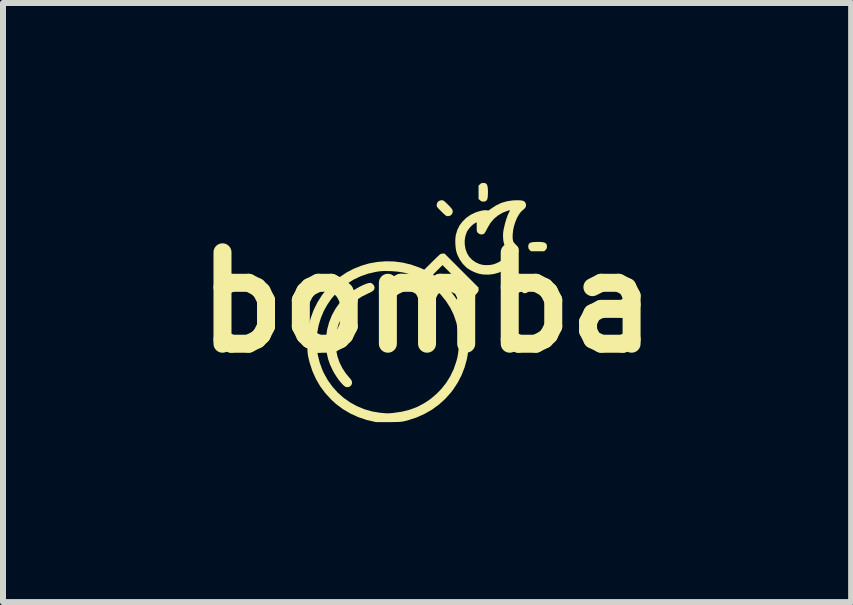
<source format=kicad_pcb>
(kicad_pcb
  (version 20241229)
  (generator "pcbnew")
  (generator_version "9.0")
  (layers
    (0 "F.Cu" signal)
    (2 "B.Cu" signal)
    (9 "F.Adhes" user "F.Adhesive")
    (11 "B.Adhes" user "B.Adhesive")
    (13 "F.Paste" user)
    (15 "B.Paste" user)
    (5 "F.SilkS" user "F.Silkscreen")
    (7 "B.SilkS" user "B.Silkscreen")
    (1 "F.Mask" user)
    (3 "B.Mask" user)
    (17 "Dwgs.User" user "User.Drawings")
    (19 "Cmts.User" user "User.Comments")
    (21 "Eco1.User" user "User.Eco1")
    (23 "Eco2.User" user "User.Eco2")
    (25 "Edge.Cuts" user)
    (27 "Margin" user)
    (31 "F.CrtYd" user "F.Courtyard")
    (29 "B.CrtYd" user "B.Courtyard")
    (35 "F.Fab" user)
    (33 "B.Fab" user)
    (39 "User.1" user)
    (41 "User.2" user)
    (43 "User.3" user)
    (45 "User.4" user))
  (footprint "bomba"
    (layer "F.Cu")
    (at 4.071 1.992)
    (property "Reference" "bomba" (at 0 0 0) (layer "F.SilkS") (effects (font (size 1.524 1.524) (thickness 0.3))))
    (attr board_only exclude_from_pos_files exclude_from_bom)
    (fp_poly (pts (xy -0.618 -0.364) (xy -0.593 -0.344) (xy -0.581 -0.323) (xy -0.575 -0.29) (xy -0.581 -0.261) (xy -0.598 -0.237) (xy -0.623 -0.221) (xy -0.653 -0.215) (xy -0.685 -0.222) (xy -0.711 -0.241) (xy -0.727 -0.268) (xy -0.732 -0.299) (xy -0.724 -0.328) (xy -0.709 -0.35) (xy -0.68 -0.368) (xy -0.648 -0.372)) (stroke (width 0) (type solid)) (fill yes) (layer "F.SilkS"))
    (fp_poly (pts (xy 0.962 -1.99) (xy 0.984 -1.981) (xy 0.999 -1.964) (xy 1.008 -1.937) (xy 1.014 -1.899) (xy 1.016 -1.847) (xy 1.016 -1.836) (xy 1.014 -1.782) (xy 1.01 -1.741) (xy 1.001 -1.712) (xy 0.987 -1.694) (xy 0.967 -1.683) (xy 0.939 -1.68) (xy 0.934 -1.68) (xy 0.908 -1.684) (xy 0.885 -1.7) (xy 0.882 -1.703) (xy 0.859 -1.725) (xy 0.859 -1.947) (xy 0.882 -1.969) (xy 0.905 -1.987) (xy 0.931 -1.992) (xy 0.934 -1.992)) (stroke (width 0) (type solid)) (fill yes) (layer "F.SilkS"))
    (fp_poly (pts (xy 1.898 -1.007) (xy 1.939 -1.002) (xy 1.968 -0.993) (xy 1.986 -0.979) (xy 1.996 -0.959) (xy 2 -0.932) (xy 2 -0.926) (xy 1.996 -0.9) (xy 1.98 -0.877) (xy 1.977 -0.874) (xy 1.954 -0.852) (xy 1.733 -0.852) (xy 1.71 -0.874) (xy 1.693 -0.897) (xy 1.688 -0.923) (xy 1.688 -0.926) (xy 1.69 -0.954) (xy 1.699 -0.976) (xy 1.716 -0.991) (xy 1.743 -1.001) (xy 1.781 -1.006) (xy 1.833 -1.008) (xy 1.844 -1.008)) (stroke (width 0) (type solid)) (fill yes) (layer "F.SilkS"))
    (fp_poly (pts (xy 1.555 -0.414) (xy 1.569 -0.405) (xy 1.591 -0.387) (xy 1.617 -0.362) (xy 1.644 -0.335) (xy 1.673 -0.306) (xy 1.691 -0.284) (xy 1.703 -0.268) (xy 1.709 -0.255) (xy 1.711 -0.242) (xy 1.711 -0.235) (xy 1.704 -0.201) (xy 1.685 -0.175) (xy 1.658 -0.157) (xy 1.625 -0.152) (xy 1.612 -0.154) (xy 1.601 -0.16) (xy 1.582 -0.176) (xy 1.556 -0.199) (xy 1.528 -0.226) (xy 1.521 -0.234) (xy 1.49 -0.265) (xy 1.47 -0.288) (xy 1.456 -0.304) (xy 1.449 -0.317) (xy 1.446 -0.33) (xy 1.445 -0.342) (xy 1.452 -0.375) (xy 1.47 -0.401) (xy 1.497 -0.417) (xy 1.529 -0.421)) (stroke (width 0) (type solid)) (fill yes) (layer "F.SilkS"))
    (fp_poly (pts (xy 0.257 -1.703) (xy 0.269 -1.699) (xy 0.283 -1.691) (xy 0.3 -1.677) (xy 0.323 -1.655) (xy 0.348 -1.631) (xy 0.378 -1.6) (xy 0.403 -1.572) (xy 0.419 -1.55) (xy 0.426 -1.537) (xy 0.428 -1.503) (xy 0.416 -1.473) (xy 0.394 -1.45) (xy 0.364 -1.439) (xy 0.351 -1.438) (xy 0.337 -1.438) (xy 0.325 -1.441) (xy 0.312 -1.448) (xy 0.296 -1.461) (xy 0.274 -1.481) (xy 0.244 -1.511) (xy 0.239 -1.515) (xy 0.208 -1.546) (xy 0.186 -1.569) (xy 0.173 -1.585) (xy 0.165 -1.598) (xy 0.161 -1.61) (xy 0.161 -1.623) (xy 0.161 -1.625) (xy 0.168 -1.658) (xy 0.187 -1.683) (xy 0.216 -1.699) (xy 0.243 -1.703)) (stroke (width 0) (type solid)) (fill yes) (layer "F.SilkS"))
    (fp_poly (pts (xy -0.936 -0.324) (xy -0.911 -0.311) (xy -0.89 -0.288) (xy -0.877 -0.26) (xy -0.875 -0.246) (xy -0.879 -0.222) (xy -0.892 -0.201) (xy -0.916 -0.182) (xy -0.953 -0.162) (xy -0.983 -0.149) (xy -1.087 -0.097) (xy -1.183 -0.033) (xy -1.258 0.031) (xy -1.311 0.086) (xy -1.355 0.139) (xy -1.392 0.193) (xy -1.423 0.246) (xy -1.47 0.348) (xy -1.502 0.455) (xy -1.521 0.564) (xy -1.526 0.675) (xy -1.518 0.785) (xy -1.496 0.893) (xy -1.461 0.997) (xy -1.413 1.096) (xy -1.352 1.188) (xy -1.306 1.243) (xy -1.286 1.266) (xy -1.269 1.288) (xy -1.259 1.302) (xy -1.259 1.302) (xy -1.25 1.334) (xy -1.255 1.364) (xy -1.27 1.39) (xy -1.296 1.408) (xy -1.328 1.414) (xy -1.349 1.412) (xy -1.366 1.405) (xy -1.387 1.389) (xy -1.396 1.381) (xy -1.432 1.343) (xy -1.472 1.294) (xy -1.511 1.238) (xy -1.548 1.179) (xy -1.573 1.133) (xy -1.617 1.039) (xy -1.649 0.948) (xy -1.67 0.855) (xy -1.682 0.756) (xy -1.685 0.699) (xy -1.683 0.573) (xy -1.665 0.45) (xy -1.633 0.332) (xy -1.588 0.218) (xy -1.53 0.111) (xy -1.46 0.012) (xy -1.377 -0.079) (xy -1.284 -0.159) (xy -1.234 -0.195) (xy -1.178 -0.23) (xy -1.123 -0.261) (xy -1.07 -0.287) (xy -1.023 -0.307) (xy -0.982 -0.32) (xy -0.95 -0.325)) (stroke (width 0) (type solid)) (fill yes) (layer "F.SilkS"))
    (fp_poly (pts (xy 1.546 -1.702) (xy 1.584 -1.698) (xy 1.612 -1.689) (xy 1.63 -1.676) (xy 1.642 -1.657) (xy 1.647 -1.646) (xy 1.651 -1.612) (xy 1.641 -1.582) (xy 1.615 -1.553) (xy 1.602 -1.543) (xy 1.566 -1.51) (xy 1.531 -1.464) (xy 1.5 -1.408) (xy 1.473 -1.344) (xy 1.451 -1.275) (xy 1.436 -1.204) (xy 1.428 -1.133) (xy 1.427 -1.106) (xy 1.428 -1.063) (xy 1.433 -1.031) (xy 1.443 -1.005) (xy 1.462 -0.981) (xy 1.487 -0.956) (xy 1.514 -0.927) (xy 1.527 -0.9) (xy 1.529 -0.87) (xy 1.524 -0.844) (xy 1.496 -0.765) (xy 1.455 -0.692) (xy 1.402 -0.629) (xy 1.34 -0.574) (xy 1.269 -0.529) (xy 1.192 -0.494) (xy 1.109 -0.472) (xy 1.023 -0.462) (xy 0.934 -0.465) (xy 0.879 -0.474) (xy 0.827 -0.489) (xy 0.771 -0.512) (xy 0.717 -0.54) (xy 0.671 -0.57) (xy 0.66 -0.578) (xy 0.597 -0.641) (xy 0.546 -0.713) (xy 0.506 -0.793) (xy 0.488 -0.848) (xy 0.479 -0.896) (xy 0.473 -0.954) (xy 0.471 -1.014) (xy 0.471 -1.036) (xy 0.628 -1.036) (xy 0.629 -0.961) (xy 0.642 -0.889) (xy 0.667 -0.82) (xy 0.703 -0.76) (xy 0.703 -0.76) (xy 0.751 -0.71) (xy 0.809 -0.669) (xy 0.875 -0.639) (xy 0.93 -0.625) (xy 0.972 -0.621) (xy 1.022 -0.622) (xy 1.073 -0.627) (xy 1.117 -0.637) (xy 1.125 -0.639) (xy 1.198 -0.671) (xy 1.259 -0.711) (xy 1.308 -0.759) (xy 1.34 -0.807) (xy 1.362 -0.848) (xy 1.331 -0.889) (xy 1.304 -0.93) (xy 1.285 -0.972) (xy 1.274 -1.019) (xy 1.268 -1.076) (xy 1.268 -1.078) (xy 1.267 -1.126) (xy 1.27 -1.171) (xy 1.278 -1.22) (xy 1.281 -1.233) (xy 1.299 -1.311) (xy 1.32 -1.383) (xy 1.342 -1.446) (xy 1.36 -1.486) (xy 1.372 -1.51) (xy 1.38 -1.527) (xy 1.383 -1.535) (xy 1.376 -1.535) (xy 1.359 -1.531) (xy 1.334 -1.524) (xy 1.306 -1.513) (xy 1.278 -1.502) (xy 1.256 -1.492) (xy 1.18 -1.447) (xy 1.116 -1.393) (xy 1.06 -1.328) (xy 1.014 -1.251) (xy 1.006 -1.236) (xy 0.989 -1.203) (xy 0.972 -1.174) (xy 0.959 -1.153) (xy 0.95 -1.144) (xy 0.922 -1.133) (xy 0.89 -1.134) (xy 0.861 -1.147) (xy 0.851 -1.156) (xy 0.841 -1.167) (xy 0.834 -1.177) (xy 0.83 -1.191) (xy 0.829 -1.212) (xy 0.828 -1.244) (xy 0.828 -1.257) (xy 0.828 -1.336) (xy 0.803 -1.323) (xy 0.77 -1.301) (xy 0.735 -1.27) (xy 0.702 -1.233) (xy 0.675 -1.195) (xy 0.664 -1.175) (xy 0.64 -1.108) (xy 0.628 -1.036) (xy 0.471 -1.036) (xy 0.473 -1.072) (xy 0.479 -1.121) (xy 0.48 -1.125) (xy 0.505 -1.208) (xy 0.543 -1.284) (xy 0.595 -1.352) (xy 0.657 -1.412) (xy 0.73 -1.462) (xy 0.813 -1.501) (xy 0.852 -1.514) (xy 0.896 -1.526) (xy 0.937 -1.534) (xy 0.971 -1.537) (xy 0.996 -1.536) (xy 1.005 -1.533) (xy 1.015 -1.531) (xy 1.029 -1.535) (xy 1.049 -1.548) (xy 1.062 -1.558) (xy 1.149 -1.616) (xy 1.24 -1.659) (xy 1.337 -1.687) (xy 1.439 -1.701) (xy 1.495 -1.703)) (stroke (width 0) (type solid)) (fill yes) (layer "F.SilkS"))
    (fp_poly (pts (xy 0.859 -0.246) (xy 0.859 -0.211) (xy 0.859 -0.201) (xy 0.858 -0.191) (xy 0.853 -0.181) (xy 0.845 -0.168) (xy 0.832 -0.152) (xy 0.813 -0.131) (xy 0.786 -0.103) (xy 0.75 -0.067) (xy 0.719 -0.035) (xy 0.578 0.107) (xy 0.605 0.178) (xy 0.649 0.312) (xy 0.678 0.451) (xy 0.692 0.593) (xy 0.692 0.736) (xy 0.677 0.879) (xy 0.663 0.952) (xy 0.627 1.082) (xy 0.578 1.209) (xy 0.515 1.332) (xy 0.44 1.448) (xy 0.401 1.5) (xy 0.306 1.607) (xy 0.2 1.703) (xy 0.084 1.788) (xy -0.042 1.86) (xy -0.176 1.92) (xy -0.32 1.967) (xy -0.348 1.974) (xy -0.372 1.981) (xy -0.395 1.985) (xy -0.417 1.989) (xy -0.443 1.992) (xy -0.473 1.994) (xy -0.511 1.995) (xy -0.559 1.996) (xy -0.62 1.997) (xy -0.633 1.997) (xy -0.689 1.997) (xy -0.741 1.997) (xy -0.787 1.997) (xy -0.823 1.997) (xy -0.848 1.996) (xy -0.859 1.995) (xy -1.009 1.96) (xy -1.149 1.913) (xy -1.28 1.853) (xy -1.402 1.781) (xy -1.516 1.696) (xy -1.598 1.621) (xy -1.697 1.513) (xy -1.782 1.399) (xy -1.853 1.277) (xy -1.911 1.147) (xy -1.957 1.008) (xy -1.978 0.922) (xy -1.984 0.892) (xy -1.988 0.863) (xy -1.992 0.833) (xy -1.994 0.798) (xy -1.995 0.756) (xy -1.996 0.703) (xy -1.996 0.668) (xy -1.996 0.624) (xy -1.841 0.624) (xy -1.838 0.749) (xy -1.822 0.875) (xy -1.791 1) (xy -1.746 1.124) (xy -1.723 1.176) (xy -1.657 1.295) (xy -1.579 1.404) (xy -1.491 1.503) (xy -1.392 1.591) (xy -1.285 1.667) (xy -1.17 1.73) (xy -1.048 1.781) (xy -0.92 1.818) (xy -0.787 1.841) (xy -0.759 1.843) (xy -0.718 1.847) (xy -0.687 1.849) (xy -0.662 1.85) (xy -0.638 1.85) (xy -0.609 1.848) (xy -0.57 1.844) (xy -0.564 1.844) (xy -0.424 1.824) (xy -0.292 1.791) (xy -0.168 1.745) (xy -0.051 1.684) (xy 0.06 1.61) (xy 0.163 1.521) (xy 0.238 1.444) (xy 0.317 1.345) (xy 0.386 1.235) (xy 0.443 1.116) (xy 0.487 0.99) (xy 0.505 0.922) (xy 0.518 0.852) (xy 0.527 0.772) (xy 0.531 0.687) (xy 0.53 0.601) (xy 0.524 0.52) (xy 0.517 0.464) (xy 0.487 0.331) (xy 0.444 0.206) (xy 0.387 0.089) (xy 0.316 -0.022) (xy 0.231 -0.127) (xy 0.184 -0.176) (xy 0.099 -0.255) (xy 0.013 -0.321) (xy -0.077 -0.377) (xy -0.141 -0.409) (xy -0.23 -0.448) (xy -0.267 -0.461) (xy 0.102 -0.461) (xy 0.107 -0.455) (xy 0.123 -0.442) (xy 0.145 -0.425) (xy 0.154 -0.418) (xy 0.219 -0.366) (xy 0.286 -0.304) (xy 0.351 -0.236) (xy 0.41 -0.166) (xy 0.46 -0.099) (xy 0.465 -0.092) (xy 0.48 -0.069) (xy 0.493 -0.053) (xy 0.499 -0.047) (xy 0.499 -0.047) (xy 0.506 -0.052) (xy 0.522 -0.067) (xy 0.545 -0.088) (xy 0.572 -0.115) (xy 0.586 -0.129) (xy 0.668 -0.211) (xy 0.463 -0.416) (xy 0.258 -0.621) (xy 0.18 -0.543) (xy 0.152 -0.515) (xy 0.128 -0.491) (xy 0.111 -0.472) (xy 0.102 -0.462) (xy 0.102 -0.461) (xy -0.267 -0.461) (xy -0.314 -0.477) (xy -0.398 -0.498) (xy -0.487 -0.512) (xy -0.585 -0.52) (xy -0.617 -0.521) (xy -0.672 -0.522) (xy -0.716 -0.523) (xy -0.753 -0.521) (xy -0.788 -0.518) (xy -0.824 -0.513) (xy -0.851 -0.509) (xy -0.981 -0.479) (xy -1.105 -0.436) (xy -1.221 -0.381) (xy -1.328 -0.315) (xy -1.427 -0.239) (xy -1.516 -0.153) (xy -1.596 -0.059) (xy -1.665 0.042) (xy -1.724 0.149) (xy -1.771 0.262) (xy -1.807 0.379) (xy -1.83 0.5) (xy -1.841 0.624) (xy -1.996 0.624) (xy -1.996 0.608) (xy -1.995 0.56) (xy -1.994 0.522) (xy -1.991 0.489) (xy -1.988 0.46) (xy -1.983 0.429) (xy -1.978 0.408) (xy -1.941 0.264) (xy -1.891 0.127) (xy -1.827 -0.002) (xy -1.75 -0.123) (xy -1.659 -0.235) (xy -1.557 -0.339) (xy -1.465 -0.415) (xy -1.349 -0.494) (xy -1.226 -0.559) (xy -1.097 -0.611) (xy -0.964 -0.65) (xy -0.827 -0.674) (xy -0.688 -0.685) (xy -0.549 -0.682) (xy -0.411 -0.664) (xy -0.274 -0.632) (xy -0.14 -0.585) (xy -0.121 -0.578) (xy -0.046 -0.545) (xy 0.089 -0.679) (xy 0.131 -0.72) (xy 0.164 -0.753) (xy 0.189 -0.776) (xy 0.207 -0.793) (xy 0.221 -0.803) (xy 0.233 -0.809) (xy 0.243 -0.812) (xy 0.253 -0.813) (xy 0.258 -0.813) (xy 0.293 -0.813)) (stroke (width 0) (type solid)) (fill yes) (layer "F.SilkS")))
  (gr_rect
    (start -3 -3)
    (end 11.143 6.99)
    (stroke (width 0.1) (type default))
    (fill no)
    (layer "Edge.Cuts")))
</source>
